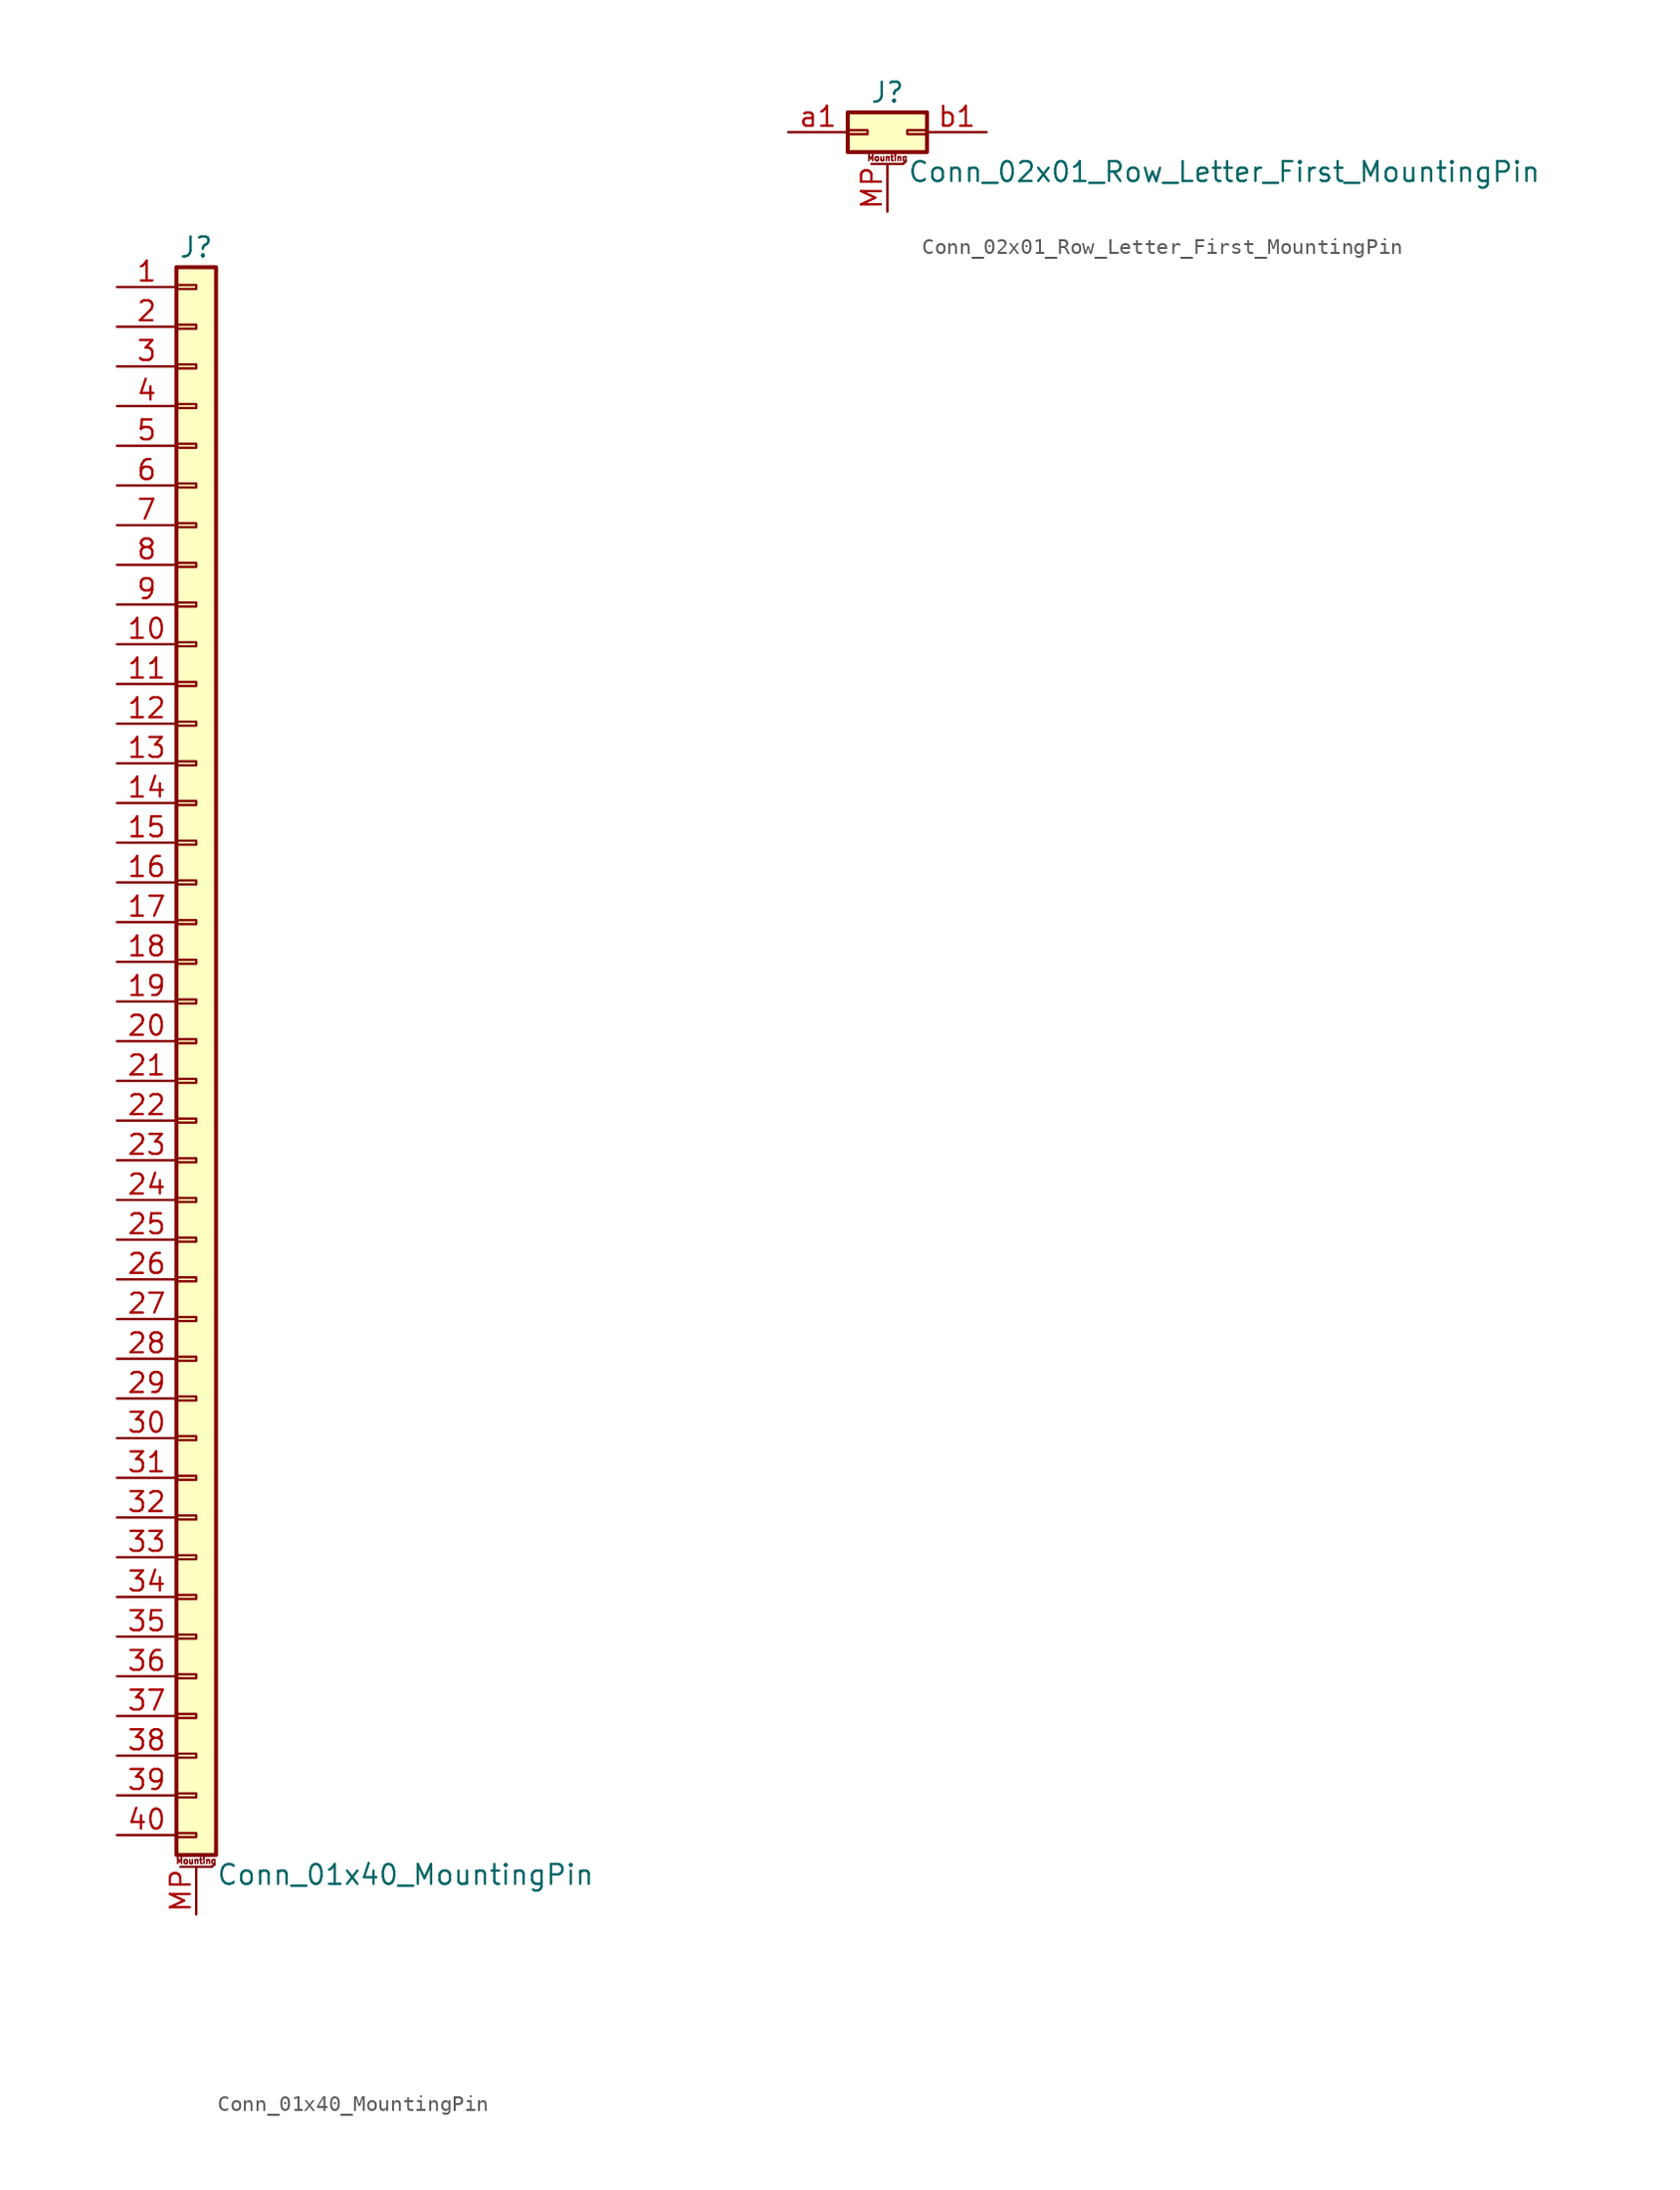
<source format=kicad_sym>
(kicad_symbol_lib
  (version 20211014)
  (generator kicad_symbol_editor)
  (symbol "Conn_01x40_MountingPin"
    (pin_names
      (offset 1.016) hide)
    (property "Reference" "J"
      (at 0 50.8 0)
      (effects (font (size 1.27 1.27))))
    (property "Value" "Conn_01x40_MountingPin"
      (at 1.27 -53.34 0)
      (effects (font (size 1.27 1.27)) (justify left)))
    (symbol "Conn_01x40_MountingPin_1_1"
      (rectangle (start -1.27 -50.673) (end 0 -50.927) (stroke (width 0.152) (type default) (color 0 0 0 0)) (fill (type none)))
      (rectangle (start -1.27 -48.133) (end 0 -48.387) (stroke (width 0.152) (type default) (color 0 0 0 0)) (fill (type none)))
      (rectangle (start -1.27 -45.593) (end 0 -45.847) (stroke (width 0.152) (type default) (color 0 0 0 0)) (fill (type none)))
      (rectangle (start -1.27 -43.053) (end 0 -43.307) (stroke (width 0.152) (type default) (color 0 0 0 0)) (fill (type none)))
      (rectangle (start -1.27 -40.513) (end 0 -40.767) (stroke (width 0.152) (type default) (color 0 0 0 0)) (fill (type none)))
      (rectangle (start -1.27 -37.973) (end 0 -38.227) (stroke (width 0.152) (type default) (color 0 0 0 0)) (fill (type none)))
      (rectangle (start -1.27 -35.433) (end 0 -35.687) (stroke (width 0.152) (type default) (color 0 0 0 0)) (fill (type none)))
      (rectangle (start -1.27 -32.893) (end 0 -33.147) (stroke (width 0.152) (type default) (color 0 0 0 0)) (fill (type none)))
      (rectangle (start -1.27 -30.353) (end 0 -30.607) (stroke (width 0.152) (type default) (color 0 0 0 0)) (fill (type none)))
      (rectangle (start -1.27 -27.813) (end 0 -28.067) (stroke (width 0.152) (type default) (color 0 0 0 0)) (fill (type none)))
      (rectangle (start -1.27 -25.273) (end 0 -25.527) (stroke (width 0.152) (type default) (color 0 0 0 0)) (fill (type none)))
      (rectangle (start -1.27 -22.733) (end 0 -22.987) (stroke (width 0.152) (type default) (color 0 0 0 0)) (fill (type none)))
      (rectangle (start -1.27 -20.193) (end 0 -20.447) (stroke (width 0.152) (type default) (color 0 0 0 0)) (fill (type none)))
      (rectangle (start -1.27 -17.653) (end 0 -17.907) (stroke (width 0.152) (type default) (color 0 0 0 0)) (fill (type none)))
      (rectangle (start -1.27 -15.113) (end 0 -15.367) (stroke (width 0.152) (type default) (color 0 0 0 0)) (fill (type none)))
      (rectangle (start -1.27 -12.573) (end 0 -12.827) (stroke (width 0.152) (type default) (color 0 0 0 0)) (fill (type none)))
      (rectangle (start -1.27 -10.033) (end 0 -10.287) (stroke (width 0.152) (type default) (color 0 0 0 0)) (fill (type none)))
      (rectangle (start -1.27 -7.493) (end 0 -7.747) (stroke (width 0.152) (type default) (color 0 0 0 0)) (fill (type none)))
      (rectangle (start -1.27 -4.953) (end 0 -5.207) (stroke (width 0.152) (type default) (color 0 0 0 0)) (fill (type none)))
      (rectangle (start -1.27 -2.413) (end 0 -2.667) (stroke (width 0.152) (type default) (color 0 0 0 0)) (fill (type none)))
      (rectangle (start -1.27 0.127) (end 0 -0.127) (stroke (width 0.152) (type default) (color 0 0 0 0)) (fill (type none)))
      (rectangle (start -1.27 2.667) (end 0 2.413) (stroke (width 0.152) (type default) (color 0 0 0 0)) (fill (type none)))
      (rectangle (start -1.27 5.207) (end 0 4.953) (stroke (width 0.152) (type default) (color 0 0 0 0)) (fill (type none)))
      (rectangle (start -1.27 7.747) (end 0 7.493) (stroke (width 0.152) (type default) (color 0 0 0 0)) (fill (type none)))
      (rectangle (start -1.27 10.287) (end 0 10.033) (stroke (width 0.152) (type default) (color 0 0 0 0)) (fill (type none)))
      (rectangle (start -1.27 12.827) (end 0 12.573) (stroke (width 0.152) (type default) (color 0 0 0 0)) (fill (type none)))
      (rectangle (start -1.27 15.367) (end 0 15.113) (stroke (width 0.152) (type default) (color 0 0 0 0)) (fill (type none)))
      (rectangle (start -1.27 17.907) (end 0 17.653) (stroke (width 0.152) (type default) (color 0 0 0 0)) (fill (type none)))
      (rectangle (start -1.27 20.447) (end 0 20.193) (stroke (width 0.152) (type default) (color 0 0 0 0)) (fill (type none)))
      (rectangle (start -1.27 22.987) (end 0 22.733) (stroke (width 0.152) (type default) (color 0 0 0 0)) (fill (type none)))
      (rectangle (start -1.27 25.527) (end 0 25.273) (stroke (width 0.152) (type default) (color 0 0 0 0)) (fill (type none)))
      (rectangle (start -1.27 28.067) (end 0 27.813) (stroke (width 0.152) (type default) (color 0 0 0 0)) (fill (type none)))
      (rectangle (start -1.27 30.607) (end 0 30.353) (stroke (width 0.152) (type default) (color 0 0 0 0)) (fill (type none)))
      (rectangle (start -1.27 33.147) (end 0 32.893) (stroke (width 0.152) (type default) (color 0 0 0 0)) (fill (type none)))
      (rectangle (start -1.27 35.687) (end 0 35.433) (stroke (width 0.152) (type default) (color 0 0 0 0)) (fill (type none)))
      (rectangle (start -1.27 38.227) (end 0 37.973) (stroke (width 0.152) (type default) (color 0 0 0 0)) (fill (type none)))
      (rectangle (start -1.27 40.767) (end 0 40.513) (stroke (width 0.152) (type default) (color 0 0 0 0)) (fill (type none)))
      (rectangle (start -1.27 43.307) (end 0 43.053) (stroke (width 0.152) (type default) (color 0 0 0 0)) (fill (type none)))
      (rectangle (start -1.27 45.847) (end 0 45.593) (stroke (width 0.152) (type default) (color 0 0 0 0)) (fill (type none)))
      (rectangle (start -1.27 48.387) (end 0 48.133) (stroke (width 0.152) (type default) (color 0 0 0 0)) (fill (type none)))
      (rectangle (start -1.27 49.53) (end 1.27 -52.07) (stroke (width 0.254) (type default) (color 0 0 0 0)) (fill (type background)))
      (polyline (pts (xy -1.016 -52.832) (xy 1.016 -52.832)) (stroke (width 0.152) (type default) (color 0 0 0 0)) (fill (type none)))
      (text "Mounting" (at 0 -52.451 0) (effects (font (size 0.381 0.381))))
      (pin passive line (at -5.08 48.26 0) (length 3.81) (name "Pin_1" (effects (font (size 1.27 1.27)))) (number "1" (effects (font (size 1.27 1.27)))))
      (pin passive line (at -5.08 25.4 0) (length 3.81) (name "Pin_10" (effects (font (size 1.27 1.27)))) (number "10" (effects (font (size 1.27 1.27)))))
      (pin passive line (at -5.08 22.86 0) (length 3.81) (name "Pin_11" (effects (font (size 1.27 1.27)))) (number "11" (effects (font (size 1.27 1.27)))))
      (pin passive line (at -5.08 20.32 0) (length 3.81) (name "Pin_12" (effects (font (size 1.27 1.27)))) (number "12" (effects (font (size 1.27 1.27)))))
      (pin passive line (at -5.08 17.78 0) (length 3.81) (name "Pin_13" (effects (font (size 1.27 1.27)))) (number "13" (effects (font (size 1.27 1.27)))))
      (pin passive line (at -5.08 15.24 0) (length 3.81) (name "Pin_14" (effects (font (size 1.27 1.27)))) (number "14" (effects (font (size 1.27 1.27)))))
      (pin passive line (at -5.08 12.7 0) (length 3.81) (name "Pin_15" (effects (font (size 1.27 1.27)))) (number "15" (effects (font (size 1.27 1.27)))))
      (pin passive line (at -5.08 10.16 0) (length 3.81) (name "Pin_16" (effects (font (size 1.27 1.27)))) (number "16" (effects (font (size 1.27 1.27)))))
      (pin passive line (at -5.08 7.62 0) (length 3.81) (name "Pin_17" (effects (font (size 1.27 1.27)))) (number "17" (effects (font (size 1.27 1.27)))))
      (pin passive line (at -5.08 5.08 0) (length 3.81) (name "Pin_18" (effects (font (size 1.27 1.27)))) (number "18" (effects (font (size 1.27 1.27)))))
      (pin passive line (at -5.08 2.54 0) (length 3.81) (name "Pin_19" (effects (font (size 1.27 1.27)))) (number "19" (effects (font (size 1.27 1.27)))))
      (pin passive line (at -5.08 45.72 0) (length 3.81) (name "Pin_2" (effects (font (size 1.27 1.27)))) (number "2" (effects (font (size 1.27 1.27)))))
      (pin passive line (at -5.08 0 0) (length 3.81) (name "Pin_20" (effects (font (size 1.27 1.27)))) (number "20" (effects (font (size 1.27 1.27)))))
      (pin passive line (at -5.08 -2.54 0) (length 3.81) (name "Pin_21" (effects (font (size 1.27 1.27)))) (number "21" (effects (font (size 1.27 1.27)))))
      (pin passive line (at -5.08 -5.08 0) (length 3.81) (name "Pin_22" (effects (font (size 1.27 1.27)))) (number "22" (effects (font (size 1.27 1.27)))))
      (pin passive line (at -5.08 -7.62 0) (length 3.81) (name "Pin_23" (effects (font (size 1.27 1.27)))) (number "23" (effects (font (size 1.27 1.27)))))
      (pin passive line (at -5.08 -10.16 0) (length 3.81) (name "Pin_24" (effects (font (size 1.27 1.27)))) (number "24" (effects (font (size 1.27 1.27)))))
      (pin passive line (at -5.08 -12.7 0) (length 3.81) (name "Pin_25" (effects (font (size 1.27 1.27)))) (number "25" (effects (font (size 1.27 1.27)))))
      (pin passive line (at -5.08 -15.24 0) (length 3.81) (name "Pin_26" (effects (font (size 1.27 1.27)))) (number "26" (effects (font (size 1.27 1.27)))))
      (pin passive line (at -5.08 -17.78 0) (length 3.81) (name "Pin_27" (effects (font (size 1.27 1.27)))) (number "27" (effects (font (size 1.27 1.27)))))
      (pin passive line (at -5.08 -20.32 0) (length 3.81) (name "Pin_28" (effects (font (size 1.27 1.27)))) (number "28" (effects (font (size 1.27 1.27)))))
      (pin passive line (at -5.08 -22.86 0) (length 3.81) (name "Pin_29" (effects (font (size 1.27 1.27)))) (number "29" (effects (font (size 1.27 1.27)))))
      (pin passive line (at -5.08 43.18 0) (length 3.81) (name "Pin_3" (effects (font (size 1.27 1.27)))) (number "3" (effects (font (size 1.27 1.27)))))
      (pin passive line (at -5.08 -25.4 0) (length 3.81) (name "Pin_30" (effects (font (size 1.27 1.27)))) (number "30" (effects (font (size 1.27 1.27)))))
      (pin passive line (at -5.08 -27.94 0) (length 3.81) (name "Pin_31" (effects (font (size 1.27 1.27)))) (number "31" (effects (font (size 1.27 1.27)))))
      (pin passive line (at -5.08 -30.48 0) (length 3.81) (name "Pin_32" (effects (font (size 1.27 1.27)))) (number "32" (effects (font (size 1.27 1.27)))))
      (pin passive line (at -5.08 -33.02 0) (length 3.81) (name "Pin_33" (effects (font (size 1.27 1.27)))) (number "33" (effects (font (size 1.27 1.27)))))
      (pin passive line (at -5.08 -35.56 0) (length 3.81) (name "Pin_34" (effects (font (size 1.27 1.27)))) (number "34" (effects (font (size 1.27 1.27)))))
      (pin passive line (at -5.08 -38.1 0) (length 3.81) (name "Pin_35" (effects (font (size 1.27 1.27)))) (number "35" (effects (font (size 1.27 1.27)))))
      (pin passive line (at -5.08 -40.64 0) (length 3.81) (name "Pin_36" (effects (font (size 1.27 1.27)))) (number "36" (effects (font (size 1.27 1.27)))))
      (pin passive line (at -5.08 -43.18 0) (length 3.81) (name "Pin_37" (effects (font (size 1.27 1.27)))) (number "37" (effects (font (size 1.27 1.27)))))
      (pin passive line (at -5.08 -45.72 0) (length 3.81) (name "Pin_38" (effects (font (size 1.27 1.27)))) (number "38" (effects (font (size 1.27 1.27)))))
      (pin passive line (at -5.08 -48.26 0) (length 3.81) (name "Pin_39" (effects (font (size 1.27 1.27)))) (number "39" (effects (font (size 1.27 1.27)))))
      (pin passive line (at -5.08 40.64 0) (length 3.81) (name "Pin_4" (effects (font (size 1.27 1.27)))) (number "4" (effects (font (size 1.27 1.27)))))
      (pin passive line (at -5.08 -50.8 0) (length 3.81) (name "Pin_40" (effects (font (size 1.27 1.27)))) (number "40" (effects (font (size 1.27 1.27)))))
      (pin passive line (at -5.08 38.1 0) (length 3.81) (name "Pin_5" (effects (font (size 1.27 1.27)))) (number "5" (effects (font (size 1.27 1.27)))))
      (pin passive line (at -5.08 35.56 0) (length 3.81) (name "Pin_6" (effects (font (size 1.27 1.27)))) (number "6" (effects (font (size 1.27 1.27)))))
      (pin passive line (at -5.08 33.02 0) (length 3.81) (name "Pin_7" (effects (font (size 1.27 1.27)))) (number "7" (effects (font (size 1.27 1.27)))))
      (pin passive line (at -5.08 30.48 0) (length 3.81) (name "Pin_8" (effects (font (size 1.27 1.27)))) (number "8" (effects (font (size 1.27 1.27)))))
      (pin passive line (at -5.08 27.94 0) (length 3.81) (name "Pin_9" (effects (font (size 1.27 1.27)))) (number "9" (effects (font (size 1.27 1.27)))))
      (pin passive line (at 0 -55.88 90) (length 3.048) (name "MountPin" (effects (font (size 1.27 1.27)))) (number "MP" (effects (font (size 1.27 1.27)))))))
  (symbol "Conn_02x01_Row_Letter_First_MountingPin"
    (pin_names
      (offset 1.016) hide)
    (property "Reference" "J"
      (at 1.27 2.54 0)
      (effects (font (size 1.27 1.27))))
    (property "Value" "Conn_02x01_Row_Letter_First_MountingPin"
      (at 2.54 -2.54 0)
      (effects (font (size 1.27 1.27)) (justify left)))
    (symbol "Conn_02x01_Row_Letter_First_MountingPin_1_1"
      (rectangle (start -1.27 0.127) (end 0 -0.127) (stroke (width 0.152) (type default) (color 0 0 0 0)) (fill (type none)))
      (rectangle (start -1.27 1.27) (end 3.81 -1.27) (stroke (width 0.254) (type default) (color 0 0 0 0)) (fill (type background)))
      (polyline (pts (xy 0.254 -2.032) (xy 2.286 -2.032)) (stroke (width 0.152) (type default) (color 0 0 0 0)) (fill (type none)))
      (rectangle (start 3.81 0.127) (end 2.54 -0.127) (stroke (width 0.152) (type default) (color 0 0 0 0)) (fill (type none)))
      (text "Mounting" (at 1.27 -1.651 0) (effects (font (size 0.381 0.381))))
      (pin passive line (at 1.27 -5.08 90) (length 3.048) (name "MountPin" (effects (font (size 1.27 1.27)))) (number "MP" (effects (font (size 1.27 1.27)))))
      (pin passive line (at -5.08 0 0) (length 3.81) (name "Pin_a1" (effects (font (size 1.27 1.27)))) (number "a1" (effects (font (size 1.27 1.27)))))
      (pin passive line (at 7.62 0 180) (length 3.81) (name "Pin_b1" (effects (font (size 1.27 1.27)))) (number "b1" (effects (font (size 1.27 1.27))))))))
</source>
